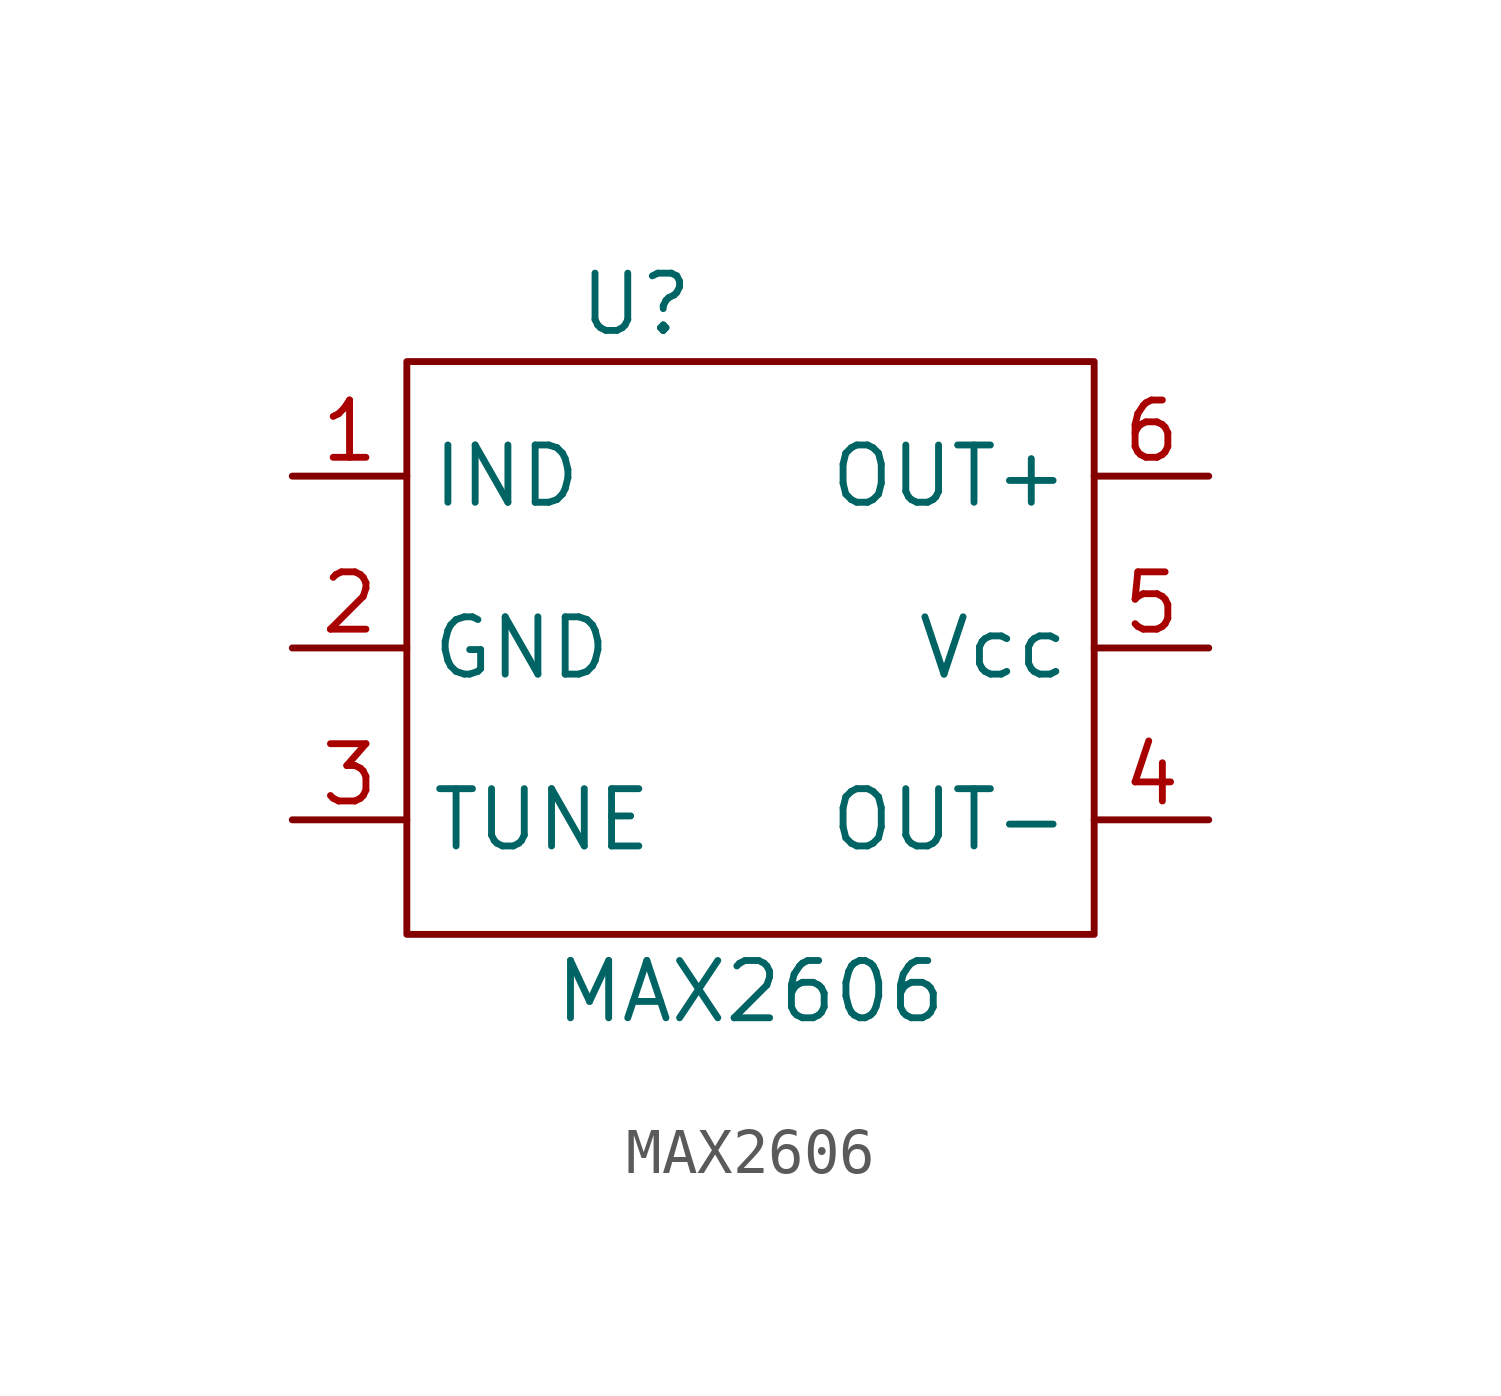
<source format=kicad_sym>
(kicad_symbol_lib
  (version 20220914)
  (generator kicad_symbol_editor)
  (symbol "MAX2606"
    (property "Reference" "U"
      (at 1.27 1.27 0)
      (effects (font (size 1.27 1.27))))
    (property "Value" "MAX2606"
      (at 3.81 -13.97 0)
      (effects (font (size 1.27 1.27))))
    (symbol "MAX2606_0_0"
      (text_box "" (at -3.81 0 0) (size 15.24 -12.7) (stroke (width 0) (type default)) (fill (type color) (color 0 0 0 0)) (effects (font (size 1.27 1.27)) (justify left top))))
    (symbol "MAX2606_1_1"
      (pin input line (at -6.35 -2.54 0) (length 2.54) (name "IND" (effects (font (size 1.27 1.27)))) (number "1" (effects (font (size 1.27 1.27)))))
      (pin power_in line (at -6.35 -6.35 0) (length 2.54) (name "GND" (effects (font (size 1.27 1.27)))) (number "2" (effects (font (size 1.27 1.27)))))
      (pin power_in line (at -6.35 -10.16 0) (length 2.54) (name "TUNE" (effects (font (size 1.27 1.27)))) (number "3" (effects (font (size 1.27 1.27)))))
      (pin output line (at 13.97 -10.16 180) (length 2.54) (name "OUT-" (effects (font (size 1.27 1.27)))) (number "4" (effects (font (size 1.27 1.27)))))
      (pin power_in line (at 13.97 -6.35 180) (length 2.54) (name "Vcc" (effects (font (size 1.27 1.27)))) (number "5" (effects (font (size 1.27 1.27)))))
      (pin output line (at 13.97 -2.54 180) (length 2.54) (name "OUT+" (effects (font (size 1.27 1.27)))) (number "6" (effects (font (size 1.27 1.27))))))))
</source>
